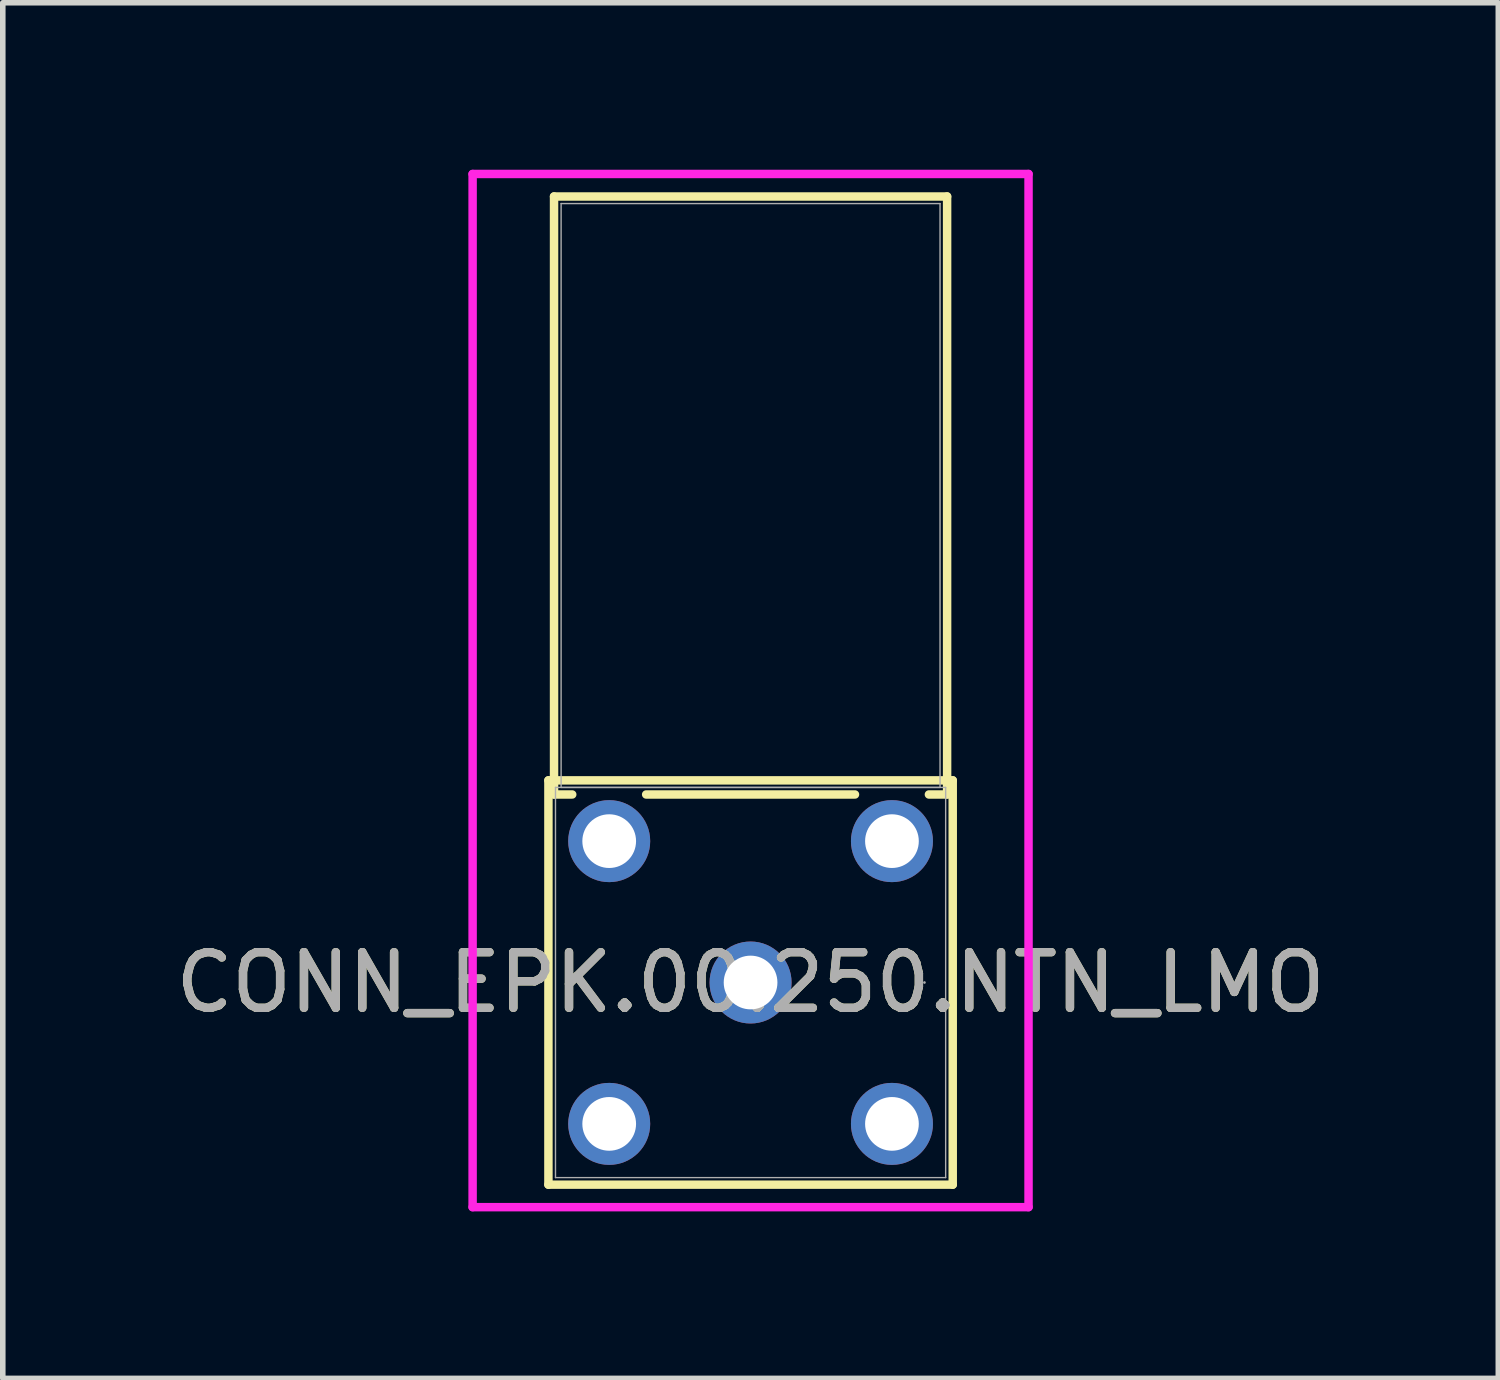
<source format=kicad_pcb>
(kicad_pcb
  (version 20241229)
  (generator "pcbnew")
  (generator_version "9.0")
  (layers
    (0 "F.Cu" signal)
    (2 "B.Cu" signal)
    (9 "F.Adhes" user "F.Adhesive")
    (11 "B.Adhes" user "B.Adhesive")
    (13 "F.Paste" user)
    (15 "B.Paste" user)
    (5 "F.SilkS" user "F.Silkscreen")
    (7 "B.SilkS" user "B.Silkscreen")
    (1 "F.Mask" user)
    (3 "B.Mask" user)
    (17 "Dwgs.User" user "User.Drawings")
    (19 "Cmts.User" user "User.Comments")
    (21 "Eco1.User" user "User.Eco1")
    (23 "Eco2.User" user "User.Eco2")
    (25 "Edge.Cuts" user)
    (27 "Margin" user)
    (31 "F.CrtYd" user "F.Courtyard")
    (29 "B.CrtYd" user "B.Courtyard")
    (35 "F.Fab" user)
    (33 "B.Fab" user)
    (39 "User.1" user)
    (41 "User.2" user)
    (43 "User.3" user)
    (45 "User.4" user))
  (footprint "CONN_EPK.00.250.NTN_LMO"
    (layer "F.Cu")
    (at 10.435 14.602)
    (property "Reference" "CONN_EPK.00.250.NTN_LMO" (at 0 0 0) (unlocked yes) (layer "F.SilkS") (effects (font (size 1 1) (thickness 0.15))))
    (attr through_hole)
    (fp_line (start -3.632 -3.632) (end -3.632 3.632) (stroke (width 0.152) (type solid)) (layer "F.SilkS"))
    (fp_line (start -3.632 3.632) (end 3.632 3.632) (stroke (width 0.152) (type solid)) (layer "F.SilkS"))
    (fp_line (start -3.531 -14.122) (end -3.531 -3.378) (stroke (width 0.152) (type solid)) (layer "F.SilkS"))
    (fp_line (start -3.531 -3.378) (end -3.204 -3.378) (stroke (width 0.152) (type solid)) (layer "F.SilkS"))
    (fp_line (start -1.876 -3.378) (end 1.876 -3.378) (stroke (width 0.152) (type solid)) (layer "F.SilkS"))
    (fp_line (start 3.204 -3.378) (end 3.531 -3.378) (stroke (width 0.152) (type solid)) (layer "F.SilkS"))
    (fp_line (start 3.531 -14.122) (end -3.531 -14.122) (stroke (width 0.152) (type solid)) (layer "F.SilkS"))
    (fp_line (start 3.531 -3.378) (end 3.531 -14.122) (stroke (width 0.152) (type solid)) (layer "F.SilkS"))
    (fp_line (start 3.632 -3.632) (end -3.632 -3.632) (stroke (width 0.152) (type solid)) (layer "F.SilkS"))
    (fp_line (start 3.632 3.632) (end 3.632 -3.632) (stroke (width 0.152) (type solid)) (layer "F.SilkS"))
    (fp_line (start -4.994 -14.526) (end 4.994 -14.526) (stroke (width 0.152) (type solid)) (layer "F.CrtYd"))
    (fp_line (start -4.994 4.036) (end -4.994 -14.526) (stroke (width 0.152) (type solid)) (layer "F.CrtYd"))
    (fp_line (start 4.994 -14.526) (end 4.994 4.036) (stroke (width 0.152) (type solid)) (layer "F.CrtYd"))
    (fp_line (start 4.994 4.036) (end -4.994 4.036) (stroke (width 0.152) (type solid)) (layer "F.CrtYd"))
    (fp_line (start -3.505 -3.505) (end -3.505 3.505) (stroke (width 0.025) (type solid)) (layer "F.Fab"))
    (fp_line (start -3.505 3.505) (end 3.505 3.505) (stroke (width 0.025) (type solid)) (layer "F.Fab"))
    (fp_line (start -3.404 -13.995) (end -3.404 -3.505) (stroke (width 0.025) (type solid)) (layer "F.Fab"))
    (fp_line (start -3.404 -3.505) (end 3.404 -3.505) (stroke (width 0.025) (type solid)) (layer "F.Fab"))
    (fp_line (start 3.404 -13.995) (end -3.404 -13.995) (stroke (width 0.025) (type solid)) (layer "F.Fab"))
    (fp_line (start 3.404 -3.505) (end 3.404 -13.995) (stroke (width 0.025) (type solid)) (layer "F.Fab"))
    (fp_line (start 3.505 -3.505) (end -3.505 -3.505) (stroke (width 0.025) (type solid)) (layer "F.Fab"))
    (fp_line (start 3.505 3.505) (end 3.505 -3.505) (stroke (width 0.025) (type solid)) (layer "F.Fab"))
    (fp_circle (center 3.124 0) (end 3.124 0) (stroke (width 0.025) (type solid)) (fill no) (layer "F.Fab"))
    (fp_text user "${REFERENCE}" (at 0 0 0) (unlocked yes) (layer "F.Fab") (effects (font (size 1 1) (thickness 0.15))))
    (pad "1" thru_hole circle (at 0 0) (size 1.473 1.473) (drill 0.965) (layers "*.Cu" "*.Mask"))
    (pad "2" thru_hole circle (at -2.54 -2.54) (size 1.473 1.473) (drill 0.965) (layers "*.Cu" "*.Mask"))
    (pad "3" thru_hole circle (at -2.54 2.54) (size 1.473 1.473) (drill 0.965) (layers "*.Cu" "*.Mask"))
    (pad "4" thru_hole circle (at 2.54 2.54) (size 1.473 1.473) (drill 0.965) (layers "*.Cu" "*.Mask"))
    (pad "5" thru_hole circle (at 2.54 -2.54) (size 1.473 1.473) (drill 0.965) (layers "*.Cu" "*.Mask")))
  (gr_rect
    (start -3 -3)
    (end 23.869 21.714)
    (stroke (width 0.1) (type default))
    (fill no)
    (layer "Edge.Cuts")))
</source>
